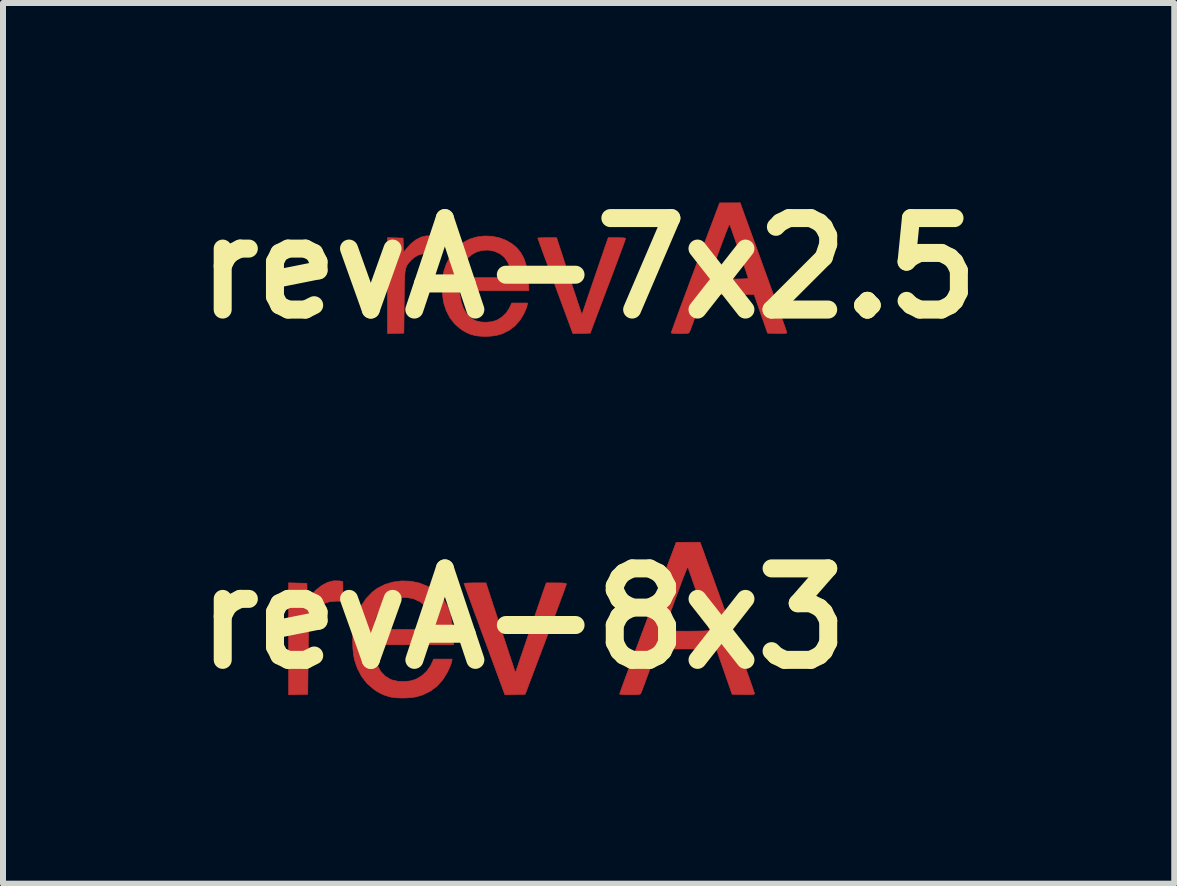
<source format=kicad_pcb>
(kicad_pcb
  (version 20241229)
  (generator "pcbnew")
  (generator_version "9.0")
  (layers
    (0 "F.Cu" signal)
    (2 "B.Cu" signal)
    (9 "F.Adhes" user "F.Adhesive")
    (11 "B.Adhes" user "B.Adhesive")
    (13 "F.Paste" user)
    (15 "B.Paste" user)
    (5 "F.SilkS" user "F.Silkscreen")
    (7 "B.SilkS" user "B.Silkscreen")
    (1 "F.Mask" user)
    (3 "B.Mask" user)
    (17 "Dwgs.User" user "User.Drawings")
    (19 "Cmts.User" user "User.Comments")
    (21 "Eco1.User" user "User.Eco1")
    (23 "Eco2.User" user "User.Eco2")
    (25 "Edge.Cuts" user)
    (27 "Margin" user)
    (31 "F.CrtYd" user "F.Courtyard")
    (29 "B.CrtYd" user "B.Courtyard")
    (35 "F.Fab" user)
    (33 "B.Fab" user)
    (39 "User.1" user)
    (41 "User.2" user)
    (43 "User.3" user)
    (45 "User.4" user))
  (footprint "revA-7x2.5"
    (layer "F.Cu")
    (at 6.756 1.418)
    (property "Reference" "revA-7x2.5" (at 0 0 0) (layer "F.SilkS") (effects (font (size 1.524 1.524) (thickness 0.3))))
    (attr through_hole)
    (fp_poly (pts (xy -2.623 -0.537) (xy -2.576 -0.529) (xy -2.576 -0.389) (xy -2.576 -0.248) (xy -2.676 -0.247) (xy -2.767 -0.239) (xy -2.842 -0.217) (xy -2.907 -0.178) (xy -2.958 -0.131) (xy -2.982 -0.105) (xy -3.003 -0.081) (xy -3.02 -0.058) (xy -3.034 -0.033) (xy -3.044 -0.004) (xy -3.053 0.032) (xy -3.059 0.077) (xy -3.063 0.134) (xy -3.066 0.204) (xy -3.069 0.291) (xy -3.07 0.396) (xy -3.072 0.523) (xy -3.072 0.562) (xy -3.078 1.083) (xy -3.35 1.089) (xy -3.35 -0.509) (xy -3.22 -0.505) (xy -3.09 -0.502) (xy -3.087 -0.384) (xy -3.083 -0.265) (xy -3.037 -0.323) (xy -2.959 -0.408) (xy -2.877 -0.473) (xy -2.792 -0.517) (xy -2.707 -0.538) (xy -2.623 -0.537)) (stroke (width 0.01) (type solid)) (fill yes) (layer "F.Cu"))
    (fp_poly (pts (xy -0.406 -0.118) (xy -0.371 -0.01) (xy -0.334 0.103) (xy -0.296 0.217) (xy -0.261 0.325) (xy -0.228 0.423) (xy -0.201 0.505) (xy -0.195 0.524) (xy -0.112 0.775) (xy 0.085 0.197) (xy 0.124 0.082) (xy 0.162 -0.028) (xy 0.197 -0.131) (xy 0.229 -0.223) (xy 0.256 -0.303) (xy 0.278 -0.368) (xy 0.295 -0.415) (xy 0.304 -0.442) (xy 0.305 -0.445) (xy 0.328 -0.508) (xy 0.473 -0.508) (xy 0.538 -0.507) (xy 0.582 -0.505) (xy 0.607 -0.501) (xy 0.616 -0.494) (xy 0.616 -0.493) (xy 0.612 -0.479) (xy 0.6 -0.445) (xy 0.581 -0.392) (xy 0.555 -0.322) (xy 0.523 -0.236) (xy 0.487 -0.138) (xy 0.445 -0.027) (xy 0.401 0.092) (xy 0.353 0.219) (xy 0.321 0.302) (xy 0.027 1.083) (xy -0.118 1.086) (xy -0.262 1.089) (xy -0.554 0.297) (xy -0.603 0.165) (xy -0.649 0.04) (xy -0.692 -0.077) (xy -0.731 -0.183) (xy -0.766 -0.277) (xy -0.795 -0.358) (xy -0.818 -0.422) (xy -0.835 -0.468) (xy -0.845 -0.495) (xy -0.847 -0.501) (xy -0.835 -0.504) (xy -0.804 -0.506) (xy -0.758 -0.507) (xy -0.701 -0.508) (xy -0.69 -0.508) (xy -0.533 -0.508) (xy -0.406 -0.118)) (stroke (width 0.01) (type solid)) (fill yes) (layer "F.Cu"))
    (fp_poly (pts (xy -1.613 -0.532) (xy -1.49 -0.508) (xy -1.375 -0.464) (xy -1.369 -0.461) (xy -1.275 -0.405) (xy -1.196 -0.339) (xy -1.132 -0.262) (xy -1.081 -0.171) (xy -1.044 -0.064) (xy -1.018 0.061) (xy -1.003 0.205) (xy -1 0.257) (xy -0.995 0.375) (xy -2.154 0.375) (xy -2.147 0.432) (xy -2.123 0.56) (xy -2.086 0.668) (xy -2.036 0.755) (xy -1.974 0.822) (xy -1.899 0.868) (xy -1.871 0.879) (xy -1.792 0.897) (xy -1.706 0.901) (xy -1.619 0.893) (xy -1.543 0.872) (xy -1.529 0.866) (xy -1.448 0.817) (xy -1.378 0.752) (xy -1.325 0.676) (xy -1.313 0.651) (xy -1.281 0.581) (xy -1.017 0.581) (xy -1.024 0.62) (xy -1.032 0.648) (xy -1.048 0.691) (xy -1.07 0.74) (xy -1.08 0.762) (xy -1.146 0.87) (xy -1.228 0.962) (xy -1.325 1.036) (xy -1.434 1.09) (xy -1.533 1.119) (xy -1.6 1.129) (xy -1.679 1.135) (xy -1.76 1.135) (xy -1.836 1.13) (xy -1.898 1.121) (xy -1.907 1.118) (xy -1.979 1.097) (xy -2.038 1.071) (xy -2.098 1.036) (xy -2.137 1.009) (xy -2.231 0.927) (xy -2.309 0.828) (xy -2.37 0.711) (xy -2.409 0.594) (xy -2.424 0.519) (xy -2.433 0.427) (xy -2.436 0.327) (xy -2.434 0.226) (xy -2.427 0.157) (xy -2.144 0.157) (xy -1.279 0.157) (xy -1.286 0.1) (xy -1.309 -0.011) (xy -1.349 -0.105) (xy -1.404 -0.182) (xy -1.475 -0.24) (xy -1.562 -0.28) (xy -1.572 -0.283) (xy -1.673 -0.302) (xy -1.77 -0.298) (xy -1.861 -0.273) (xy -1.943 -0.229) (xy -2.015 -0.167) (xy -2.072 -0.089) (xy -2.114 0.002) (xy -2.136 0.1) (xy -2.144 0.157) (xy -2.427 0.157) (xy -2.425 0.132) (xy -2.411 0.052) (xy -2.409 0.042) (xy -2.367 -0.078) (xy -2.309 -0.191) (xy -2.238 -0.292) (xy -2.156 -0.377) (xy -2.084 -0.431) (xy -1.978 -0.486) (xy -1.861 -0.521) (xy -1.737 -0.536) (xy -1.613 -0.532)) (stroke (width 0.01) (type solid)) (fill yes) (layer "F.Cu"))
    (fp_poly (pts (xy 2.538 -1.055) (xy 2.543 -1.039) (xy 2.557 -1.002) (xy 2.577 -0.946) (xy 2.604 -0.871) (xy 2.637 -0.781) (xy 2.675 -0.676) (xy 2.718 -0.558) (xy 2.764 -0.43) (xy 2.814 -0.292) (xy 2.867 -0.146) (xy 2.922 0.006) (xy 2.926 0.016) (xy 2.981 0.168) (xy 3.033 0.313) (xy 3.083 0.451) (xy 3.129 0.579) (xy 3.171 0.696) (xy 3.208 0.8) (xy 3.24 0.89) (xy 3.266 0.963) (xy 3.285 1.019) (xy 3.297 1.056) (xy 3.302 1.071) (xy 3.302 1.071) (xy 3.299 1.079) (xy 3.286 1.084) (xy 3.26 1.086) (xy 3.218 1.087) (xy 3.156 1.086) (xy 3.142 1.086) (xy 2.982 1.083) (xy 2.87 0.762) (xy 2.841 0.679) (xy 2.815 0.604) (xy 2.793 0.539) (xy 2.775 0.488) (xy 2.763 0.454) (xy 2.758 0.439) (xy 2.758 0.438) (xy 2.746 0.438) (xy 2.713 0.437) (xy 2.661 0.437) (xy 2.593 0.436) (xy 2.512 0.436) (xy 2.421 0.435) (xy 2.336 0.435) (xy 2.223 0.436) (xy 2.132 0.436) (xy 2.061 0.436) (xy 2.007 0.438) (xy 1.967 0.439) (xy 1.939 0.442) (xy 1.922 0.445) (xy 1.912 0.449) (xy 1.906 0.454) (xy 1.905 0.457) (xy 1.899 0.473) (xy 1.886 0.51) (xy 1.866 0.562) (xy 1.843 0.627) (xy 1.816 0.701) (xy 1.794 0.762) (xy 1.765 0.841) (xy 1.739 0.913) (xy 1.715 0.976) (xy 1.697 1.024) (xy 1.684 1.056) (xy 1.68 1.067) (xy 1.672 1.076) (xy 1.658 1.083) (xy 1.632 1.086) (xy 1.592 1.088) (xy 1.532 1.089) (xy 1.524 1.089) (xy 1.468 1.088) (xy 1.421 1.086) (xy 1.389 1.083) (xy 1.376 1.079) (xy 1.379 1.067) (xy 1.391 1.034) (xy 1.41 0.981) (xy 1.435 0.91) (xy 1.467 0.823) (xy 1.505 0.721) (xy 1.547 0.606) (xy 1.595 0.479) (xy 1.646 0.342) (xy 1.7 0.196) (xy 1.711 0.166) (xy 2.011 0.166) (xy 2.014 0.171) (xy 2.029 0.175) (xy 2.058 0.177) (xy 2.102 0.179) (xy 2.165 0.181) (xy 2.248 0.181) (xy 2.333 0.181) (xy 2.424 0.181) (xy 2.504 0.18) (xy 2.571 0.178) (xy 2.621 0.176) (xy 2.652 0.173) (xy 2.661 0.17) (xy 2.657 0.157) (xy 2.646 0.124) (xy 2.63 0.074) (xy 2.608 0.01) (xy 2.583 -0.065) (xy 2.554 -0.147) (xy 2.525 -0.234) (xy 2.494 -0.322) (xy 2.464 -0.41) (xy 2.435 -0.492) (xy 2.408 -0.568) (xy 2.386 -0.633) (xy 2.367 -0.684) (xy 2.354 -0.719) (xy 2.348 -0.734) (xy 2.348 -0.734) (xy 2.343 -0.726) (xy 2.33 -0.697) (xy 2.311 -0.65) (xy 2.286 -0.588) (xy 2.257 -0.511) (xy 2.224 -0.424) (xy 2.188 -0.327) (xy 2.15 -0.224) (xy 2.111 -0.116) (xy 2.072 -0.006) (xy 2.033 0.103) (xy 2.011 0.166) (xy 1.711 0.166) (xy 1.757 0.044) (xy 1.777 -0.009) (xy 2.183 -1.088) (xy 2.354 -1.088) (xy 2.526 -1.089) (xy 2.538 -1.055)) (stroke (width 0.01) (type solid)) (fill yes) (layer "F.Cu")))
  (footprint "revA-8x3"
    (layer "F.Cu")
    (at 5.668 7.254)
    (property "Reference" "revA-8x3" (at 0 0 0) (layer "F.SilkS") (effects (font (size 1.524 1.524) (thickness 0.3))))
    (attr through_hole)
    (fp_poly (pts (xy -3.061 -0.626) (xy -3.006 -0.617) (xy -3.006 -0.453) (xy -3.006 -0.289) (xy -3.122 -0.288) (xy -3.228 -0.279) (xy -3.315 -0.253) (xy -3.392 -0.208) (xy -3.451 -0.153) (xy -3.48 -0.122) (xy -3.504 -0.095) (xy -3.523 -0.068) (xy -3.539 -0.039) (xy -3.552 -0.005) (xy -3.562 0.037) (xy -3.569 0.09) (xy -3.574 0.156) (xy -3.577 0.238) (xy -3.58 0.339) (xy -3.582 0.462) (xy -3.584 0.61) (xy -3.584 0.656) (xy -3.591 1.263) (xy -3.75 1.267) (xy -3.909 1.271) (xy -3.909 -0.594) (xy -3.757 -0.59) (xy -3.605 -0.586) (xy -3.601 -0.447) (xy -3.597 -0.309) (xy -3.544 -0.377) (xy -3.452 -0.476) (xy -3.356 -0.552) (xy -3.257 -0.603) (xy -3.158 -0.628) (xy -3.061 -0.626)) (stroke (width 0.01) (type solid)) (fill yes) (layer "F.Cu"))
    (fp_poly (pts (xy -0.473 -0.138) (xy -0.432 -0.012) (xy -0.389 0.12) (xy -0.346 0.253) (xy -0.304 0.38) (xy -0.266 0.494) (xy -0.235 0.59) (xy -0.228 0.611) (xy -0.131 0.904) (xy 0.099 0.23) (xy 0.145 0.095) (xy 0.189 -0.033) (xy 0.23 -0.153) (xy 0.267 -0.26) (xy 0.299 -0.354) (xy 0.325 -0.429) (xy 0.344 -0.484) (xy 0.355 -0.516) (xy 0.356 -0.519) (xy 0.383 -0.593) (xy 0.551 -0.593) (xy 0.627 -0.592) (xy 0.679 -0.589) (xy 0.708 -0.584) (xy 0.719 -0.577) (xy 0.719 -0.575) (xy 0.714 -0.559) (xy 0.7 -0.519) (xy 0.678 -0.457) (xy 0.647 -0.375) (xy 0.611 -0.276) (xy 0.568 -0.16) (xy 0.52 -0.032) (xy 0.467 0.107) (xy 0.412 0.256) (xy 0.375 0.353) (xy 0.031 1.263) (xy -0.137 1.267) (xy -0.306 1.271) (xy -0.647 0.347) (xy -0.704 0.193) (xy -0.757 0.046) (xy -0.808 -0.09) (xy -0.853 -0.214) (xy -0.893 -0.324) (xy -0.927 -0.417) (xy -0.955 -0.492) (xy -0.974 -0.546) (xy -0.985 -0.578) (xy -0.988 -0.585) (xy -0.975 -0.588) (xy -0.938 -0.59) (xy -0.884 -0.592) (xy -0.818 -0.593) (xy -0.805 -0.593) (xy -0.622 -0.593) (xy -0.473 -0.138)) (stroke (width 0.01) (type solid)) (fill yes) (layer "F.Cu"))
    (fp_poly (pts (xy -1.881 -0.621) (xy -1.739 -0.593) (xy -1.605 -0.541) (xy -1.598 -0.538) (xy -1.487 -0.472) (xy -1.395 -0.396) (xy -1.32 -0.305) (xy -1.262 -0.199) (xy -1.218 -0.074) (xy -1.188 0.071) (xy -1.17 0.239) (xy -1.167 0.3) (xy -1.161 0.437) (xy -2.514 0.437) (xy -2.505 0.504) (xy -2.476 0.654) (xy -2.433 0.779) (xy -2.376 0.881) (xy -2.303 0.959) (xy -2.215 1.013) (xy -2.183 1.025) (xy -2.091 1.046) (xy -1.99 1.051) (xy -1.889 1.041) (xy -1.8 1.017) (xy -1.784 1.01) (xy -1.69 0.954) (xy -1.608 0.877) (xy -1.545 0.788) (xy -1.531 0.76) (xy -1.494 0.677) (xy -1.186 0.677) (xy -1.194 0.723) (xy -1.204 0.756) (xy -1.223 0.806) (xy -1.249 0.864) (xy -1.261 0.889) (xy -1.337 1.015) (xy -1.432 1.123) (xy -1.545 1.209) (xy -1.673 1.272) (xy -1.788 1.306) (xy -1.867 1.318) (xy -1.959 1.324) (xy -2.054 1.324) (xy -2.142 1.319) (xy -2.214 1.308) (xy -2.225 1.305) (xy -2.308 1.279) (xy -2.378 1.249) (xy -2.447 1.209) (xy -2.493 1.177) (xy -2.603 1.082) (xy -2.693 0.966) (xy -2.765 0.829) (xy -2.811 0.693) (xy -2.828 0.605) (xy -2.839 0.498) (xy -2.842 0.381) (xy -2.839 0.264) (xy -2.832 0.183) (xy -2.502 0.183) (xy -1.492 0.183) (xy -1.5 0.116) (xy -1.527 -0.013) (xy -1.573 -0.123) (xy -1.638 -0.212) (xy -1.721 -0.28) (xy -1.822 -0.326) (xy -1.834 -0.33) (xy -1.952 -0.352) (xy -2.065 -0.347) (xy -2.171 -0.318) (xy -2.267 -0.267) (xy -2.35 -0.195) (xy -2.418 -0.104) (xy -2.466 0.003) (xy -2.492 0.116) (xy -2.502 0.183) (xy -2.832 0.183) (xy -2.829 0.154) (xy -2.813 0.061) (xy -2.81 0.049) (xy -2.761 -0.091) (xy -2.694 -0.222) (xy -2.61 -0.341) (xy -2.515 -0.44) (xy -2.432 -0.503) (xy -2.307 -0.566) (xy -2.171 -0.607) (xy -2.027 -0.626) (xy -1.881 -0.621)) (stroke (width 0.01) (type solid)) (fill yes) (layer "F.Cu"))
    (fp_poly (pts (xy 2.96 -1.231) (xy 2.967 -1.212) (xy 2.983 -1.169) (xy 3.007 -1.103) (xy 3.038 -1.016) (xy 3.076 -0.911) (xy 3.121 -0.789) (xy 3.171 -0.651) (xy 3.225 -0.501) (xy 3.283 -0.34) (xy 3.345 -0.17) (xy 3.409 0.007) (xy 3.413 0.018) (xy 3.478 0.196) (xy 3.539 0.366) (xy 3.597 0.526) (xy 3.65 0.676) (xy 3.699 0.812) (xy 3.743 0.934) (xy 3.78 1.038) (xy 3.81 1.124) (xy 3.832 1.189) (xy 3.847 1.232) (xy 3.852 1.25) (xy 3.852 1.25) (xy 3.848 1.259) (xy 3.833 1.264) (xy 3.804 1.267) (xy 3.754 1.268) (xy 3.682 1.267) (xy 3.666 1.267) (xy 3.479 1.263) (xy 3.349 0.889) (xy 3.315 0.792) (xy 3.284 0.704) (xy 3.258 0.629) (xy 3.238 0.569) (xy 3.224 0.529) (xy 3.218 0.512) (xy 3.218 0.512) (xy 3.204 0.511) (xy 3.165 0.51) (xy 3.105 0.509) (xy 3.026 0.509) (xy 2.931 0.508) (xy 2.824 0.508) (xy 2.725 0.508) (xy 2.594 0.508) (xy 2.488 0.508) (xy 2.404 0.509) (xy 2.341 0.51) (xy 2.295 0.512) (xy 2.263 0.515) (xy 2.242 0.519) (xy 2.23 0.524) (xy 2.224 0.53) (xy 2.223 0.533) (xy 2.215 0.552) (xy 2.2 0.595) (xy 2.178 0.656) (xy 2.15 0.732) (xy 2.118 0.818) (xy 2.093 0.889) (xy 2.059 0.981) (xy 2.028 1.066) (xy 2.001 1.138) (xy 1.98 1.195) (xy 1.965 1.232) (xy 1.96 1.245) (xy 1.951 1.256) (xy 1.934 1.263) (xy 1.904 1.267) (xy 1.857 1.269) (xy 1.787 1.27) (xy 1.778 1.27) (xy 1.713 1.269) (xy 1.658 1.267) (xy 1.62 1.264) (xy 1.605 1.259) (xy 1.609 1.245) (xy 1.622 1.206) (xy 1.644 1.144) (xy 1.674 1.062) (xy 1.712 0.96) (xy 1.756 0.841) (xy 1.805 0.706) (xy 1.86 0.558) (xy 1.92 0.399) (xy 1.983 0.229) (xy 1.997 0.194) (xy 2.346 0.194) (xy 2.349 0.199) (xy 2.367 0.204) (xy 2.401 0.207) (xy 2.453 0.209) (xy 2.526 0.211) (xy 2.623 0.211) (xy 2.722 0.212) (xy 2.828 0.211) (xy 2.922 0.21) (xy 2.999 0.208) (xy 3.058 0.205) (xy 3.094 0.202) (xy 3.104 0.199) (xy 3.1 0.183) (xy 3.087 0.144) (xy 3.068 0.086) (xy 3.043 0.011) (xy 3.013 -0.076) (xy 2.98 -0.172) (xy 2.945 -0.273) (xy 2.91 -0.376) (xy 2.874 -0.478) (xy 2.841 -0.574) (xy 2.81 -0.662) (xy 2.783 -0.738) (xy 2.762 -0.798) (xy 2.747 -0.839) (xy 2.74 -0.857) (xy 2.74 -0.857) (xy 2.733 -0.847) (xy 2.718 -0.814) (xy 2.696 -0.759) (xy 2.667 -0.686) (xy 2.633 -0.596) (xy 2.595 -0.494) (xy 2.553 -0.381) (xy 2.509 -0.261) (xy 2.463 -0.135) (xy 2.417 -0.007) (xy 2.371 0.121) (xy 2.346 0.194) (xy 1.997 0.194) (xy 2.05 0.051) (xy 2.073 -0.01) (xy 2.547 -1.269) (xy 2.747 -1.27) (xy 2.946 -1.27) (xy 2.96 -1.231)) (stroke (width 0.01) (type solid)) (fill yes) (layer "F.Cu")))
  (gr_rect
    (start -3 -3)
    (end 16.513 11.672)
    (stroke (width 0.1) (type default))
    (fill no)
    (layer "Edge.Cuts")))
</source>
